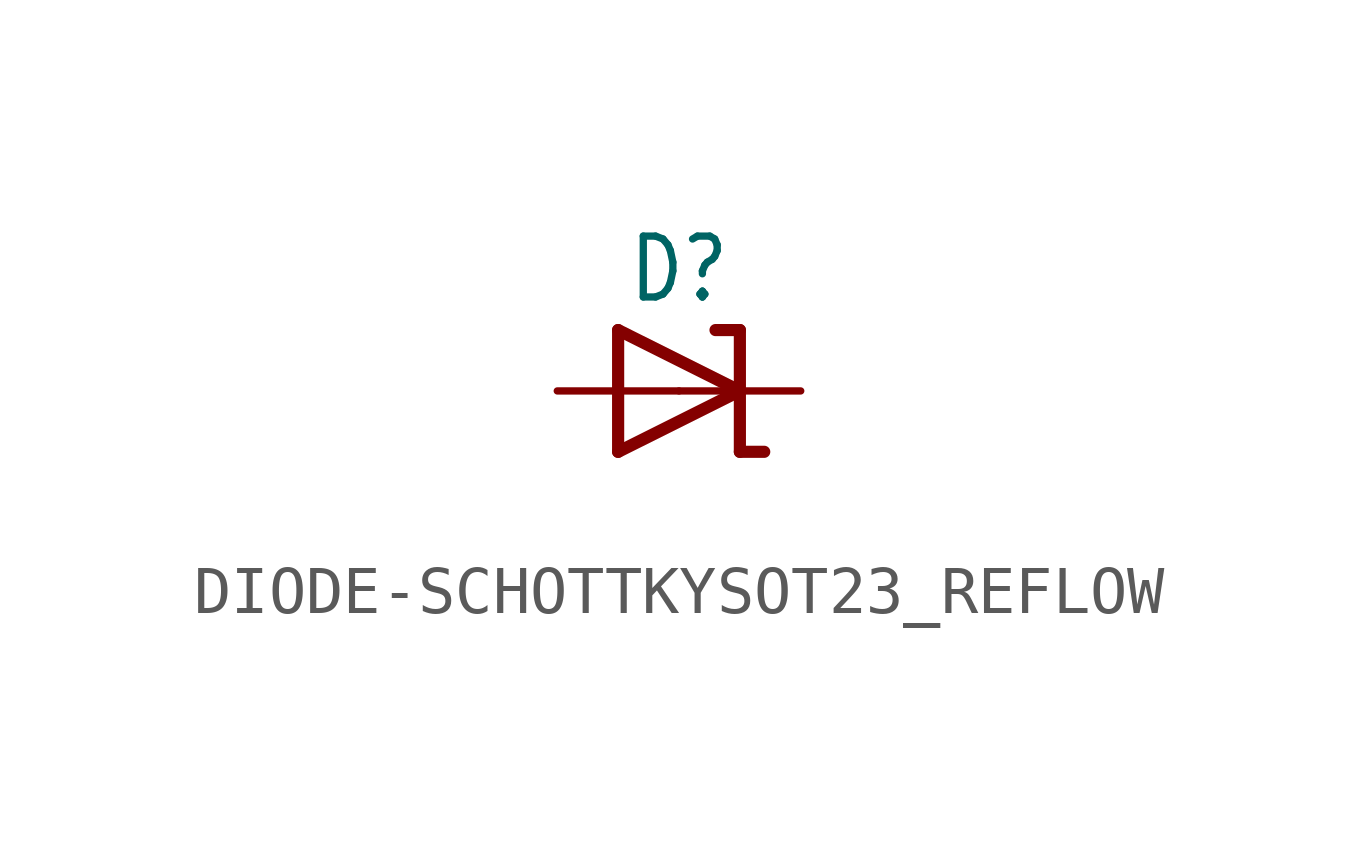
<source format=kicad_sym>
(kicad_symbol_lib
  (version 20241209)
  (generator "kicad_symbol_editor")
  (generator_version "9.0")
  (symbol "DIODE-SCHOTTKYSOT23_REFLOW"
    (property "Reference" "D"
      (at 0 2.54 0)
      (effects (font (size 1.27 1.079))))
    (property "Value" ""
      (at 0 -2.5 0)
      (effects (font (size 1.27 1.079))))
    (property "ki_locked" ""
      (at 0 0 0)
      (effects (font (size 1.27 1.27))))
    (symbol "DIODE-SCHOTTKYSOT23_REFLOW_1_0"
      (polyline (pts (xy -1.27 1.27) (xy -1.27 -1.27)) (stroke (width 0.254) (type solid)) (fill (type none)))
      (polyline (pts (xy -1.27 -1.27) (xy 1.27 0)) (stroke (width 0.254) (type solid)) (fill (type none)))
      (polyline (pts (xy 1.27 1.27) (xy 0.762 1.27)) (stroke (width 0.254) (type solid)) (fill (type none)))
      (polyline (pts (xy 1.27 1.27) (xy 1.27 0)) (stroke (width 0.254) (type solid)) (fill (type none)))
      (polyline (pts (xy 1.27 0) (xy -1.27 1.27)) (stroke (width 0.254) (type solid)) (fill (type none)))
      (polyline (pts (xy 1.27 0) (xy 1.27 -1.27)) (stroke (width 0.254) (type solid)) (fill (type none)))
      (polyline (pts (xy 1.27 -1.27) (xy 1.778 -1.27)) (stroke (width 0.254) (type solid)) (fill (type none)))
      (pin passive line (at -2.54 0 0) (length 2.54) (name "A" (effects (font (size 0 0)))) (number "1" (effects (font (size 0 0)))))
      (pin passive line (at 2.54 0 180) (length 2.54) (name "C" (effects (font (size 0 0)))) (number "3" (effects (font (size 0 0))))))))
</source>
